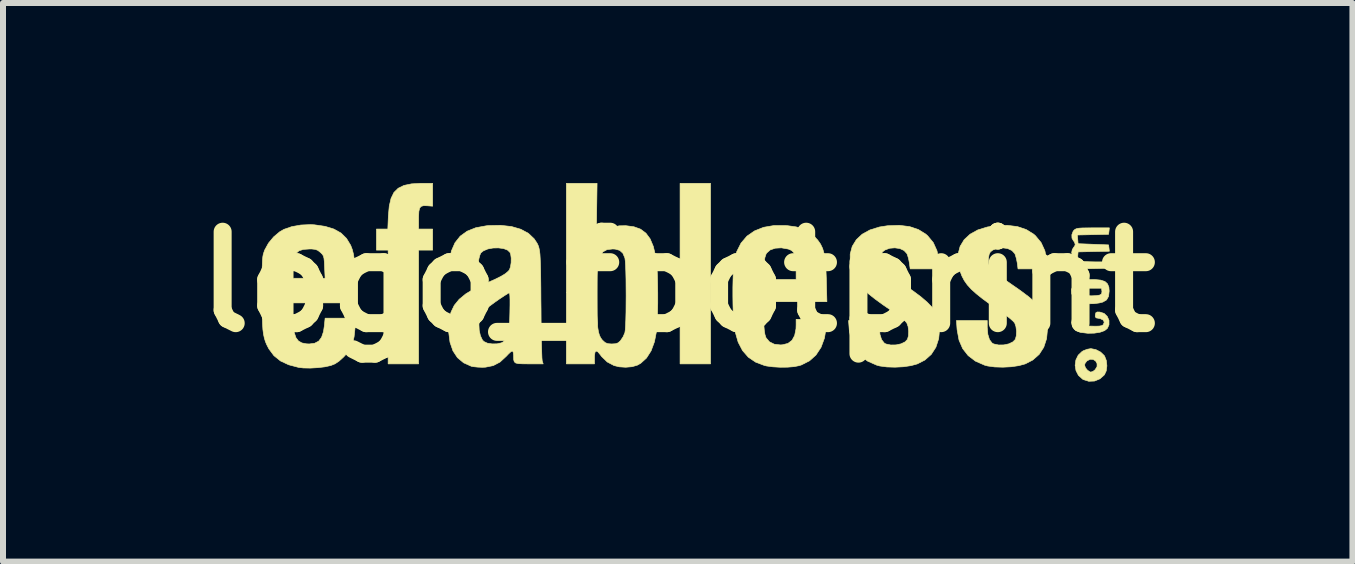
<source format=kicad_pcb>
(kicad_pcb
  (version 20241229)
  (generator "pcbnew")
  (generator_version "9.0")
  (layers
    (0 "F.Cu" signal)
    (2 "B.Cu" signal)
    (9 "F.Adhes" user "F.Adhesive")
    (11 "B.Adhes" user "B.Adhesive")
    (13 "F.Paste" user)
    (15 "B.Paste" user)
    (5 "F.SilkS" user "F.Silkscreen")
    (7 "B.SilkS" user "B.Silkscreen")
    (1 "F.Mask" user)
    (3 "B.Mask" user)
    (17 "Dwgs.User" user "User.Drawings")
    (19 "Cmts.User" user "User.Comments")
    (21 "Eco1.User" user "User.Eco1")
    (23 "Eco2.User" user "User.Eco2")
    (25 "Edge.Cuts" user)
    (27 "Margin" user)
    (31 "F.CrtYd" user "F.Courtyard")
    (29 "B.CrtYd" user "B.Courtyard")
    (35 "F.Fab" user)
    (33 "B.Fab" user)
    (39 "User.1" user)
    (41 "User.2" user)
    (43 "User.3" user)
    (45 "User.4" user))
  (footprint "logo_footprint"
    (layer "F.Cu")
    (at 8.244 1.646)
    (property "Reference" "logo_footprint" (at 0 0 0) (layer "F.SilkS") (effects (font (size 1.524 1.524) (thickness 0.3))))
    (attr through_hole)
    (fp_poly (pts (xy 0.547 1.368) (xy 0.039 1.368) (xy 0.039 -1.641) (xy 0.547 -1.641) (xy 0.547 1.368)) (stroke (width 0.01) (type solid)) (fill yes) (layer "F.SilkS"))
    (fp_poly (pts (xy -4.084 -1.26) (xy -4.172 -1.267) (xy -4.235 -1.269) (xy -4.276 -1.257) (xy -4.301 -1.227) (xy -4.314 -1.172) (xy -4.318 -1.086) (xy -4.318 -1.053) (xy -4.318 -0.879) (xy -4.084 -0.879) (xy -4.084 -0.528) (xy -4.318 -0.528) (xy -4.318 1.368) (xy -4.826 1.368) (xy -4.826 -0.528) (xy -5.021 -0.528) (xy -5.021 -0.879) (xy -4.831 -0.879) (xy -4.822 -1.1) (xy -4.807 -1.262) (xy -4.777 -1.391) (xy -4.729 -1.489) (xy -4.658 -1.559) (xy -4.562 -1.606) (xy -4.437 -1.632) (xy -4.279 -1.641) (xy -4.264 -1.641) (xy -4.084 -1.641) (xy -4.084 -1.26)) (stroke (width 0.01) (type solid)) (fill yes) (layer "F.SilkS"))
    (fp_poly (pts (xy 6.968 1.13) (xy 7.047 1.171) (xy 7.107 1.229) (xy 7.114 1.239) (xy 7.143 1.314) (xy 7.152 1.401) (xy 7.141 1.485) (xy 7.11 1.551) (xy 7.11 1.551) (xy 7.036 1.617) (xy 6.946 1.654) (xy 6.85 1.658) (xy 6.758 1.629) (xy 6.747 1.622) (xy 6.678 1.56) (xy 6.637 1.48) (xy 6.623 1.392) (xy 6.623 1.39) (xy 6.78 1.39) (xy 6.795 1.433) (xy 6.83 1.475) (xy 6.872 1.502) (xy 6.887 1.504) (xy 6.922 1.492) (xy 6.956 1.465) (xy 6.988 1.413) (xy 6.988 1.363) (xy 6.965 1.321) (xy 6.924 1.294) (xy 6.873 1.291) (xy 6.819 1.319) (xy 6.816 1.322) (xy 6.787 1.361) (xy 6.78 1.39) (xy 6.623 1.39) (xy 6.635 1.303) (xy 6.674 1.223) (xy 6.739 1.161) (xy 6.766 1.146) (xy 6.826 1.124) (xy 6.882 1.114) (xy 6.887 1.114) (xy 6.968 1.13)) (stroke (width 0.01) (type solid)) (fill yes) (layer "F.SilkS"))
    (fp_poly (pts (xy 6.767 0.506) (xy 6.779 0.543) (xy 6.78 0.557) (xy 6.77 0.593) (xy 6.735 0.608) (xy 6.726 0.609) (xy 6.687 0.62) (xy 6.674 0.649) (xy 6.672 0.674) (xy 6.672 0.733) (xy 6.87 0.738) (xy 6.964 0.74) (xy 7.026 0.738) (xy 7.065 0.731) (xy 7.088 0.718) (xy 7.093 0.712) (xy 7.108 0.672) (xy 7.089 0.637) (xy 7.042 0.614) (xy 7.016 0.609) (xy 6.973 0.601) (xy 6.958 0.58) (xy 6.959 0.551) (xy 6.968 0.516) (xy 6.991 0.503) (xy 7.034 0.504) (xy 7.106 0.527) (xy 7.158 0.577) (xy 7.187 0.643) (xy 7.187 0.716) (xy 7.16 0.776) (xy 7.113 0.814) (xy 7.037 0.841) (xy 6.941 0.856) (xy 6.834 0.858) (xy 6.726 0.845) (xy 6.702 0.84) (xy 6.628 0.806) (xy 6.58 0.748) (xy 6.565 0.68) (xy 6.579 0.601) (xy 6.624 0.544) (xy 6.675 0.515) (xy 6.734 0.498) (xy 6.767 0.506)) (stroke (width 0.01) (type solid)) (fill yes) (layer "F.SilkS"))
    (fp_poly (pts (xy 7.049 -0.028) (xy 7.119 -0.005) (xy 7.162 0.034) (xy 7.185 0.09) (xy 7.19 0.154) (xy 7.18 0.242) (xy 7.146 0.302) (xy 7.084 0.338) (xy 7.023 0.353) (xy 6.934 0.365) (xy 6.857 0.366) (xy 6.771 0.357) (xy 6.742 0.352) (xy 6.66 0.323) (xy 6.6 0.269) (xy 6.567 0.201) (xy 6.565 0.145) (xy 6.685 0.145) (xy 6.694 0.186) (xy 6.713 0.209) (xy 6.752 0.222) (xy 6.816 0.231) (xy 6.893 0.234) (xy 6.968 0.231) (xy 7.029 0.222) (xy 7.03 0.222) (xy 7.063 0.203) (xy 7.07 0.164) (xy 7.069 0.159) (xy 7.063 0.107) (xy 6.878 0.107) (xy 6.791 0.108) (xy 6.736 0.111) (xy 6.705 0.118) (xy 6.69 0.131) (xy 6.685 0.145) (xy 6.565 0.145) (xy 6.564 0.124) (xy 6.595 0.049) (xy 6.612 0.026) (xy 6.639 -0.002) (xy 6.669 -0.019) (xy 6.712 -0.029) (xy 6.779 -0.034) (xy 6.817 -0.036) (xy 6.95 -0.038) (xy 7.049 -0.028)) (stroke (width 0.01) (type solid)) (fill yes) (layer "F.SilkS"))
    (fp_poly (pts (xy 7.187 -0.845) (xy 7.18 -0.791) (xy 6.66 -0.78) (xy 6.672 -0.635) (xy 7.18 -0.615) (xy 7.187 -0.562) (xy 7.193 -0.509) (xy 6.933 -0.504) (xy 6.672 -0.498) (xy 6.666 -0.432) (xy 6.669 -0.378) (xy 6.686 -0.349) (xy 6.714 -0.343) (xy 6.774 -0.338) (xy 6.855 -0.334) (xy 6.949 -0.332) (xy 6.952 -0.332) (xy 7.193 -0.332) (xy 7.187 -0.278) (xy 7.18 -0.225) (xy 6.882 -0.219) (xy 6.584 -0.214) (xy 6.584 -0.273) (xy 6.59 -0.314) (xy 6.604 -0.332) (xy 6.604 -0.332) (xy 6.622 -0.346) (xy 6.619 -0.376) (xy 6.597 -0.408) (xy 6.594 -0.41) (xy 6.572 -0.447) (xy 6.565 -0.488) (xy 6.575 -0.537) (xy 6.594 -0.567) (xy 6.619 -0.604) (xy 6.624 -0.625) (xy 6.609 -0.666) (xy 6.594 -0.684) (xy 6.57 -0.727) (xy 6.568 -0.784) (xy 6.589 -0.84) (xy 6.604 -0.86) (xy 6.623 -0.875) (xy 6.648 -0.886) (xy 6.685 -0.893) (xy 6.743 -0.897) (xy 6.827 -0.898) (xy 6.918 -0.899) (xy 7.193 -0.899) (xy 7.187 -0.845)) (stroke (width 0.01) (type solid)) (fill yes) (layer "F.SilkS"))
    (fp_poly (pts (xy 1.804 -0.937) (xy 1.83 -0.935) (xy 1.974 -0.915) (xy 2.09 -0.881) (xy 2.188 -0.829) (xy 2.277 -0.755) (xy 2.277 -0.755) (xy 2.335 -0.692) (xy 2.38 -0.628) (xy 2.415 -0.555) (xy 2.44 -0.467) (xy 2.457 -0.36) (xy 2.469 -0.227) (xy 2.476 -0.061) (xy 2.477 -0.024) (xy 2.486 0.332) (xy 1.421 0.332) (xy 1.43 0.601) (xy 1.435 0.723) (xy 1.443 0.812) (xy 1.453 0.876) (xy 1.467 0.921) (xy 1.473 0.935) (xy 1.528 1) (xy 1.609 1.04) (xy 1.711 1.052) (xy 1.744 1.05) (xy 1.837 1.027) (xy 1.905 0.975) (xy 1.949 0.894) (xy 1.971 0.783) (xy 1.973 0.718) (xy 1.973 0.625) (xy 2.487 0.625) (xy 2.475 0.757) (xy 2.445 0.939) (xy 2.388 1.093) (xy 2.304 1.22) (xy 2.196 1.317) (xy 2.062 1.385) (xy 2.025 1.397) (xy 1.939 1.414) (xy 1.828 1.423) (xy 1.706 1.424) (xy 1.585 1.417) (xy 1.481 1.403) (xy 1.446 1.395) (xy 1.298 1.339) (xy 1.177 1.257) (xy 1.08 1.146) (xy 1.007 1.006) (xy 0.958 0.835) (xy 0.939 0.72) (xy 0.931 0.633) (xy 0.925 0.519) (xy 0.921 0.386) (xy 0.919 0.242) (xy 0.919 0.097) (xy 0.922 -0.039) (xy 1.421 -0.039) (xy 1.973 -0.039) (xy 1.973 -0.226) (xy 1.97 -0.342) (xy 1.958 -0.427) (xy 1.935 -0.485) (xy 1.898 -0.522) (xy 1.845 -0.545) (xy 1.841 -0.546) (xy 1.727 -0.566) (xy 1.625 -0.56) (xy 1.541 -0.531) (xy 1.483 -0.48) (xy 1.472 -0.462) (xy 1.453 -0.405) (xy 1.439 -0.318) (xy 1.43 -0.22) (xy 1.421 -0.039) (xy 0.922 -0.039) (xy 0.922 -0.042) (xy 0.926 -0.167) (xy 0.932 -0.268) (xy 0.939 -0.332) (xy 0.983 -0.502) (xy 1.055 -0.645) (xy 1.154 -0.761) (xy 1.28 -0.848) (xy 1.431 -0.908) (xy 1.606 -0.938) (xy 1.804 -0.937)) (stroke (width 0.01) (type solid)) (fill yes) (layer "F.SilkS"))
    (fp_poly (pts (xy 3.864 -0.92) (xy 4.01 -0.871) (xy 4.133 -0.795) (xy 4.164 -0.768) (xy 4.259 -0.653) (xy 4.321 -0.516) (xy 4.352 -0.357) (xy 4.353 -0.347) (xy 4.362 -0.215) (xy 3.874 -0.215) (xy 3.86 -0.316) (xy 3.847 -0.386) (xy 3.828 -0.449) (xy 3.819 -0.47) (xy 3.772 -0.521) (xy 3.702 -0.554) (xy 3.618 -0.566) (xy 3.532 -0.559) (xy 3.454 -0.53) (xy 3.412 -0.498) (xy 3.391 -0.455) (xy 3.381 -0.389) (xy 3.382 -0.317) (xy 3.395 -0.251) (xy 3.41 -0.22) (xy 3.435 -0.196) (xy 3.487 -0.155) (xy 3.56 -0.1) (xy 3.649 -0.037) (xy 3.747 0.03) (xy 3.914 0.147) (xy 4.05 0.248) (xy 4.157 0.34) (xy 4.238 0.423) (xy 4.296 0.504) (xy 4.335 0.584) (xy 4.357 0.668) (xy 4.365 0.759) (xy 4.365 0.782) (xy 4.349 0.948) (xy 4.302 1.091) (xy 4.225 1.21) (xy 4.119 1.304) (xy 3.994 1.368) (xy 3.889 1.397) (xy 3.76 1.416) (xy 3.621 1.423) (xy 3.486 1.419) (xy 3.367 1.403) (xy 3.315 1.389) (xy 3.164 1.322) (xy 3.043 1.23) (xy 2.952 1.114) (xy 2.891 0.973) (xy 2.859 0.806) (xy 2.858 0.79) (xy 2.847 0.645) (xy 3.361 0.645) (xy 3.361 0.763) (xy 3.37 0.876) (xy 3.397 0.963) (xy 3.441 1.02) (xy 3.468 1.036) (xy 3.549 1.053) (xy 3.637 1.052) (xy 3.721 1.034) (xy 3.789 1.001) (xy 3.828 0.96) (xy 3.845 0.901) (xy 3.848 0.823) (xy 3.839 0.745) (xy 3.817 0.685) (xy 3.789 0.653) (xy 3.735 0.607) (xy 3.664 0.552) (xy 3.588 0.498) (xy 3.423 0.385) (xy 3.288 0.287) (xy 3.18 0.201) (xy 3.095 0.124) (xy 3.029 0.051) (xy 2.978 -0.021) (xy 2.939 -0.096) (xy 2.911 -0.166) (xy 2.875 -0.321) (xy 2.874 -0.462) (xy 2.908 -0.59) (xy 2.976 -0.701) (xy 3.074 -0.793) (xy 3.203 -0.864) (xy 3.36 -0.913) (xy 3.495 -0.934) (xy 3.693 -0.941) (xy 3.864 -0.92)) (stroke (width 0.01) (type solid)) (fill yes) (layer "F.SilkS"))
    (fp_poly (pts (xy 5.661 -0.92) (xy 5.807 -0.871) (xy 5.93 -0.795) (xy 5.961 -0.768) (xy 6.056 -0.653) (xy 6.119 -0.516) (xy 6.149 -0.357) (xy 6.15 -0.347) (xy 6.16 -0.215) (xy 5.671 -0.215) (xy 5.658 -0.316) (xy 5.644 -0.386) (xy 5.626 -0.449) (xy 5.617 -0.47) (xy 5.57 -0.521) (xy 5.499 -0.554) (xy 5.416 -0.566) (xy 5.33 -0.559) (xy 5.252 -0.53) (xy 5.21 -0.498) (xy 5.189 -0.455) (xy 5.178 -0.389) (xy 5.18 -0.317) (xy 5.193 -0.251) (xy 5.207 -0.22) (xy 5.232 -0.196) (xy 5.285 -0.155) (xy 5.358 -0.1) (xy 5.447 -0.037) (xy 5.544 0.03) (xy 5.712 0.147) (xy 5.847 0.248) (xy 5.954 0.34) (xy 6.036 0.423) (xy 6.094 0.504) (xy 6.133 0.584) (xy 6.155 0.668) (xy 6.163 0.759) (xy 6.163 0.782) (xy 6.147 0.948) (xy 6.1 1.091) (xy 6.023 1.21) (xy 5.916 1.304) (xy 5.792 1.368) (xy 5.686 1.397) (xy 5.557 1.416) (xy 5.419 1.423) (xy 5.283 1.419) (xy 5.165 1.403) (xy 5.113 1.389) (xy 4.961 1.322) (xy 4.84 1.23) (xy 4.749 1.114) (xy 4.688 0.973) (xy 4.657 0.806) (xy 4.655 0.79) (xy 4.645 0.645) (xy 5.158 0.645) (xy 5.158 0.763) (xy 5.168 0.876) (xy 5.195 0.963) (xy 5.238 1.02) (xy 5.266 1.036) (xy 5.347 1.053) (xy 5.434 1.052) (xy 5.518 1.034) (xy 5.586 1.001) (xy 5.626 0.96) (xy 5.642 0.901) (xy 5.646 0.823) (xy 5.636 0.745) (xy 5.615 0.685) (xy 5.586 0.653) (xy 5.533 0.607) (xy 5.462 0.552) (xy 5.385 0.498) (xy 5.22 0.385) (xy 5.086 0.287) (xy 4.978 0.201) (xy 4.892 0.124) (xy 4.826 0.051) (xy 4.775 -0.021) (xy 4.736 -0.096) (xy 4.709 -0.166) (xy 4.672 -0.321) (xy 4.672 -0.462) (xy 4.706 -0.59) (xy 4.773 -0.701) (xy 4.872 -0.793) (xy 5 -0.864) (xy 5.158 -0.913) (xy 5.293 -0.934) (xy 5.491 -0.941) (xy 5.661 -0.92)) (stroke (width 0.01) (type solid)) (fill yes) (layer "F.SilkS"))
    (fp_poly (pts (xy -6.057 -0.95) (xy -5.877 -0.924) (xy -5.73 -0.879) (xy -5.612 -0.813) (xy -5.52 -0.723) (xy -5.45 -0.608) (xy -5.423 -0.537) (xy -5.404 -0.462) (xy -5.387 -0.357) (xy -5.373 -0.229) (xy -5.362 -0.087) (xy -5.356 0.061) (xy -5.354 0.171) (xy -5.354 0.352) (xy -6.409 0.352) (xy -6.409 0.586) (xy -6.404 0.733) (xy -6.39 0.847) (xy -6.363 0.93) (xy -6.321 0.986) (xy -6.263 1.019) (xy -6.185 1.034) (xy -6.14 1.036) (xy -6.05 1.024) (xy -5.983 0.989) (xy -5.935 0.925) (xy -5.903 0.83) (xy -5.889 0.735) (xy -5.876 0.606) (xy -5.368 0.606) (xy -5.378 0.777) (xy -5.393 0.915) (xy -5.418 1.025) (xy -5.46 1.118) (xy -5.521 1.202) (xy -5.569 1.254) (xy -5.644 1.322) (xy -5.711 1.367) (xy -5.783 1.396) (xy -5.785 1.396) (xy -5.88 1.417) (xy -5.998 1.431) (xy -6.123 1.438) (xy -6.238 1.436) (xy -6.316 1.427) (xy -6.483 1.383) (xy -6.62 1.319) (xy -6.729 1.231) (xy -6.813 1.118) (xy -6.822 1.101) (xy -6.85 1.047) (xy -6.872 0.994) (xy -6.889 0.937) (xy -6.903 0.873) (xy -6.913 0.795) (xy -6.919 0.699) (xy -6.923 0.581) (xy -6.926 0.434) (xy -6.926 0.256) (xy -6.926 0.186) (xy -6.926 0.015) (xy -6.926 -0.121) (xy -6.925 -0.212) (xy -6.409 -0.212) (xy -6.409 -0.059) (xy -5.876 -0.059) (xy -5.885 -0.247) (xy -5.889 -0.334) (xy -5.895 -0.392) (xy -5.905 -0.43) (xy -5.922 -0.458) (xy -5.949 -0.485) (xy -5.956 -0.491) (xy -5.998 -0.524) (xy -6.04 -0.54) (xy -6.099 -0.547) (xy -6.136 -0.547) (xy -6.237 -0.54) (xy -6.311 -0.517) (xy -6.361 -0.473) (xy -6.392 -0.402) (xy -6.406 -0.302) (xy -6.409 -0.212) (xy -6.925 -0.212) (xy -6.925 -0.227) (xy -6.922 -0.309) (xy -6.919 -0.372) (xy -6.914 -0.419) (xy -6.907 -0.457) (xy -6.897 -0.489) (xy -6.886 -0.521) (xy -6.881 -0.533) (xy -6.82 -0.644) (xy -6.734 -0.748) (xy -6.633 -0.833) (xy -6.562 -0.874) (xy -6.432 -0.919) (xy -6.281 -0.946) (xy -6.121 -0.953) (xy -6.057 -0.95)) (stroke (width 0.01) (type solid)) (fill yes) (layer "F.SilkS"))
    (fp_poly (pts (xy -1.351 -1.163) (xy -1.353 -0.996) (xy -1.352 -0.863) (xy -1.35 -0.767) (xy -1.345 -0.707) (xy -1.339 -0.685) (xy -1.338 -0.685) (xy -1.317 -0.7) (xy -1.282 -0.737) (xy -1.256 -0.77) (xy -1.179 -0.854) (xy -1.087 -0.907) (xy -0.976 -0.933) (xy -0.864 -0.935) (xy -0.73 -0.917) (xy -0.619 -0.877) (xy -0.53 -0.81) (xy -0.46 -0.716) (xy -0.407 -0.59) (xy -0.369 -0.432) (xy -0.351 -0.311) (xy -0.344 -0.219) (xy -0.338 -0.098) (xy -0.335 0.044) (xy -0.333 0.197) (xy -0.333 0.353) (xy -0.336 0.503) (xy -0.34 0.638) (xy -0.346 0.751) (xy -0.352 0.818) (xy -0.388 1) (xy -0.444 1.151) (xy -0.521 1.271) (xy -0.617 1.358) (xy -0.674 1.39) (xy -0.761 1.415) (xy -0.867 1.424) (xy -0.974 1.417) (xy -1.061 1.396) (xy -1.175 1.336) (xy -1.269 1.245) (xy -1.287 1.22) (xy -1.33 1.168) (xy -1.36 1.154) (xy -1.379 1.176) (xy -1.387 1.235) (xy -1.387 1.26) (xy -1.387 1.368) (xy -1.856 1.368) (xy -1.856 0.227) (xy -1.348 0.227) (xy -1.347 0.409) (xy -1.345 0.557) (xy -1.34 0.675) (xy -1.332 0.767) (xy -1.32 0.838) (xy -1.304 0.892) (xy -1.283 0.935) (xy -1.257 0.97) (xy -1.251 0.976) (xy -1.21 1.013) (xy -1.167 1.031) (xy -1.105 1.036) (xy -1.098 1.036) (xy -1.034 1.032) (xy -0.993 1.017) (xy -0.957 0.985) (xy -0.95 0.976) (xy -0.91 0.916) (xy -0.881 0.849) (xy -0.88 0.844) (xy -0.874 0.802) (xy -0.869 0.727) (xy -0.865 0.626) (xy -0.862 0.505) (xy -0.861 0.371) (xy -0.86 0.23) (xy -0.861 0.089) (xy -0.862 -0.046) (xy -0.865 -0.168) (xy -0.869 -0.271) (xy -0.874 -0.348) (xy -0.88 -0.394) (xy -0.88 -0.396) (xy -0.914 -0.476) (xy -0.967 -0.524) (xy -1.043 -0.545) (xy -1.085 -0.547) (xy -1.178 -0.536) (xy -1.246 -0.499) (xy -1.294 -0.432) (xy -1.318 -0.367) (xy -1.328 -0.324) (xy -1.336 -0.269) (xy -1.341 -0.196) (xy -1.345 -0.099) (xy -1.347 0.025) (xy -1.348 0.182) (xy -1.348 0.227) (xy -1.856 0.227) (xy -1.856 -1.641) (xy -1.344 -1.641) (xy -1.351 -1.163)) (stroke (width 0.01) (type solid)) (fill yes) (layer "F.SilkS"))
    (fp_poly (pts (xy -2.77 -0.921) (xy -2.616 -0.876) (xy -2.489 -0.808) (xy -2.392 -0.716) (xy -2.342 -0.64) (xy -2.329 -0.613) (xy -2.318 -0.585) (xy -2.31 -0.553) (xy -2.302 -0.512) (xy -2.296 -0.46) (xy -2.292 -0.392) (xy -2.288 -0.306) (xy -2.285 -0.197) (xy -2.283 -0.061) (xy -2.281 0.103) (xy -2.28 0.301) (xy -2.278 0.449) (xy -2.277 0.627) (xy -2.275 0.794) (xy -2.272 0.946) (xy -2.269 1.078) (xy -2.266 1.186) (xy -2.263 1.266) (xy -2.259 1.313) (xy -2.257 1.324) (xy -2.242 1.368) (xy -2.477 1.368) (xy -2.582 1.367) (xy -2.653 1.364) (xy -2.698 1.354) (xy -2.723 1.334) (xy -2.733 1.301) (xy -2.735 1.252) (xy -2.735 1.229) (xy -2.74 1.179) (xy -2.753 1.154) (xy -2.757 1.153) (xy -2.781 1.166) (xy -2.82 1.202) (xy -2.858 1.242) (xy -2.962 1.338) (xy -3.075 1.397) (xy -3.204 1.423) (xy -3.257 1.425) (xy -3.333 1.422) (xy -3.4 1.415) (xy -3.439 1.408) (xy -3.568 1.35) (xy -3.671 1.264) (xy -3.746 1.15) (xy -3.795 1.007) (xy -3.817 0.837) (xy -3.818 0.782) (xy -3.814 0.71) (xy -3.313 0.71) (xy -3.308 0.81) (xy -3.288 0.9) (xy -3.254 0.971) (xy -3.229 0.996) (xy -3.172 1.023) (xy -3.093 1.035) (xy -3.011 1.034) (xy -2.94 1.018) (xy -2.915 1.005) (xy -2.878 0.975) (xy -2.85 0.939) (xy -2.83 0.891) (xy -2.816 0.826) (xy -2.806 0.738) (xy -2.8 0.622) (xy -2.797 0.511) (xy -2.795 0.386) (xy -2.795 0.296) (xy -2.797 0.236) (xy -2.801 0.2) (xy -2.808 0.186) (xy -2.816 0.187) (xy -2.891 0.233) (xy -2.975 0.289) (xy -3.06 0.349) (xy -3.139 0.408) (xy -3.205 0.461) (xy -3.252 0.503) (xy -3.271 0.525) (xy -3.301 0.611) (xy -3.313 0.71) (xy -3.814 0.71) (xy -3.809 0.634) (xy -3.778 0.505) (xy -3.724 0.393) (xy -3.642 0.292) (xy -3.53 0.2) (xy -3.386 0.114) (xy -3.206 0.029) (xy -3.181 0.018) (xy -3.047 -0.04) (xy -2.947 -0.09) (xy -2.874 -0.134) (xy -2.825 -0.175) (xy -2.805 -0.199) (xy -2.787 -0.248) (xy -2.776 -0.319) (xy -2.775 -0.396) (xy -2.784 -0.462) (xy -2.794 -0.488) (xy -2.835 -0.528) (xy -2.903 -0.554) (xy -2.988 -0.565) (xy -3.078 -0.563) (xy -3.165 -0.547) (xy -3.238 -0.516) (xy -3.28 -0.482) (xy -3.297 -0.445) (xy -3.313 -0.385) (xy -3.319 -0.347) (xy -3.331 -0.244) (xy -3.574 -0.239) (xy -3.816 -0.233) (xy -3.804 -0.349) (xy -3.772 -0.513) (xy -3.712 -0.65) (xy -3.625 -0.76) (xy -3.51 -0.843) (xy -3.365 -0.901) (xy -3.191 -0.933) (xy -3.155 -0.937) (xy -2.951 -0.941) (xy -2.77 -0.921)) (stroke (width 0.01) (type solid)) (fill yes) (layer "F.SilkS")))
  (gr_rect
    (start -3 -3)
    (end 19.488 6.309)
    (stroke (width 0.1) (type default))
    (fill no)
    (layer "Edge.Cuts")))
</source>
